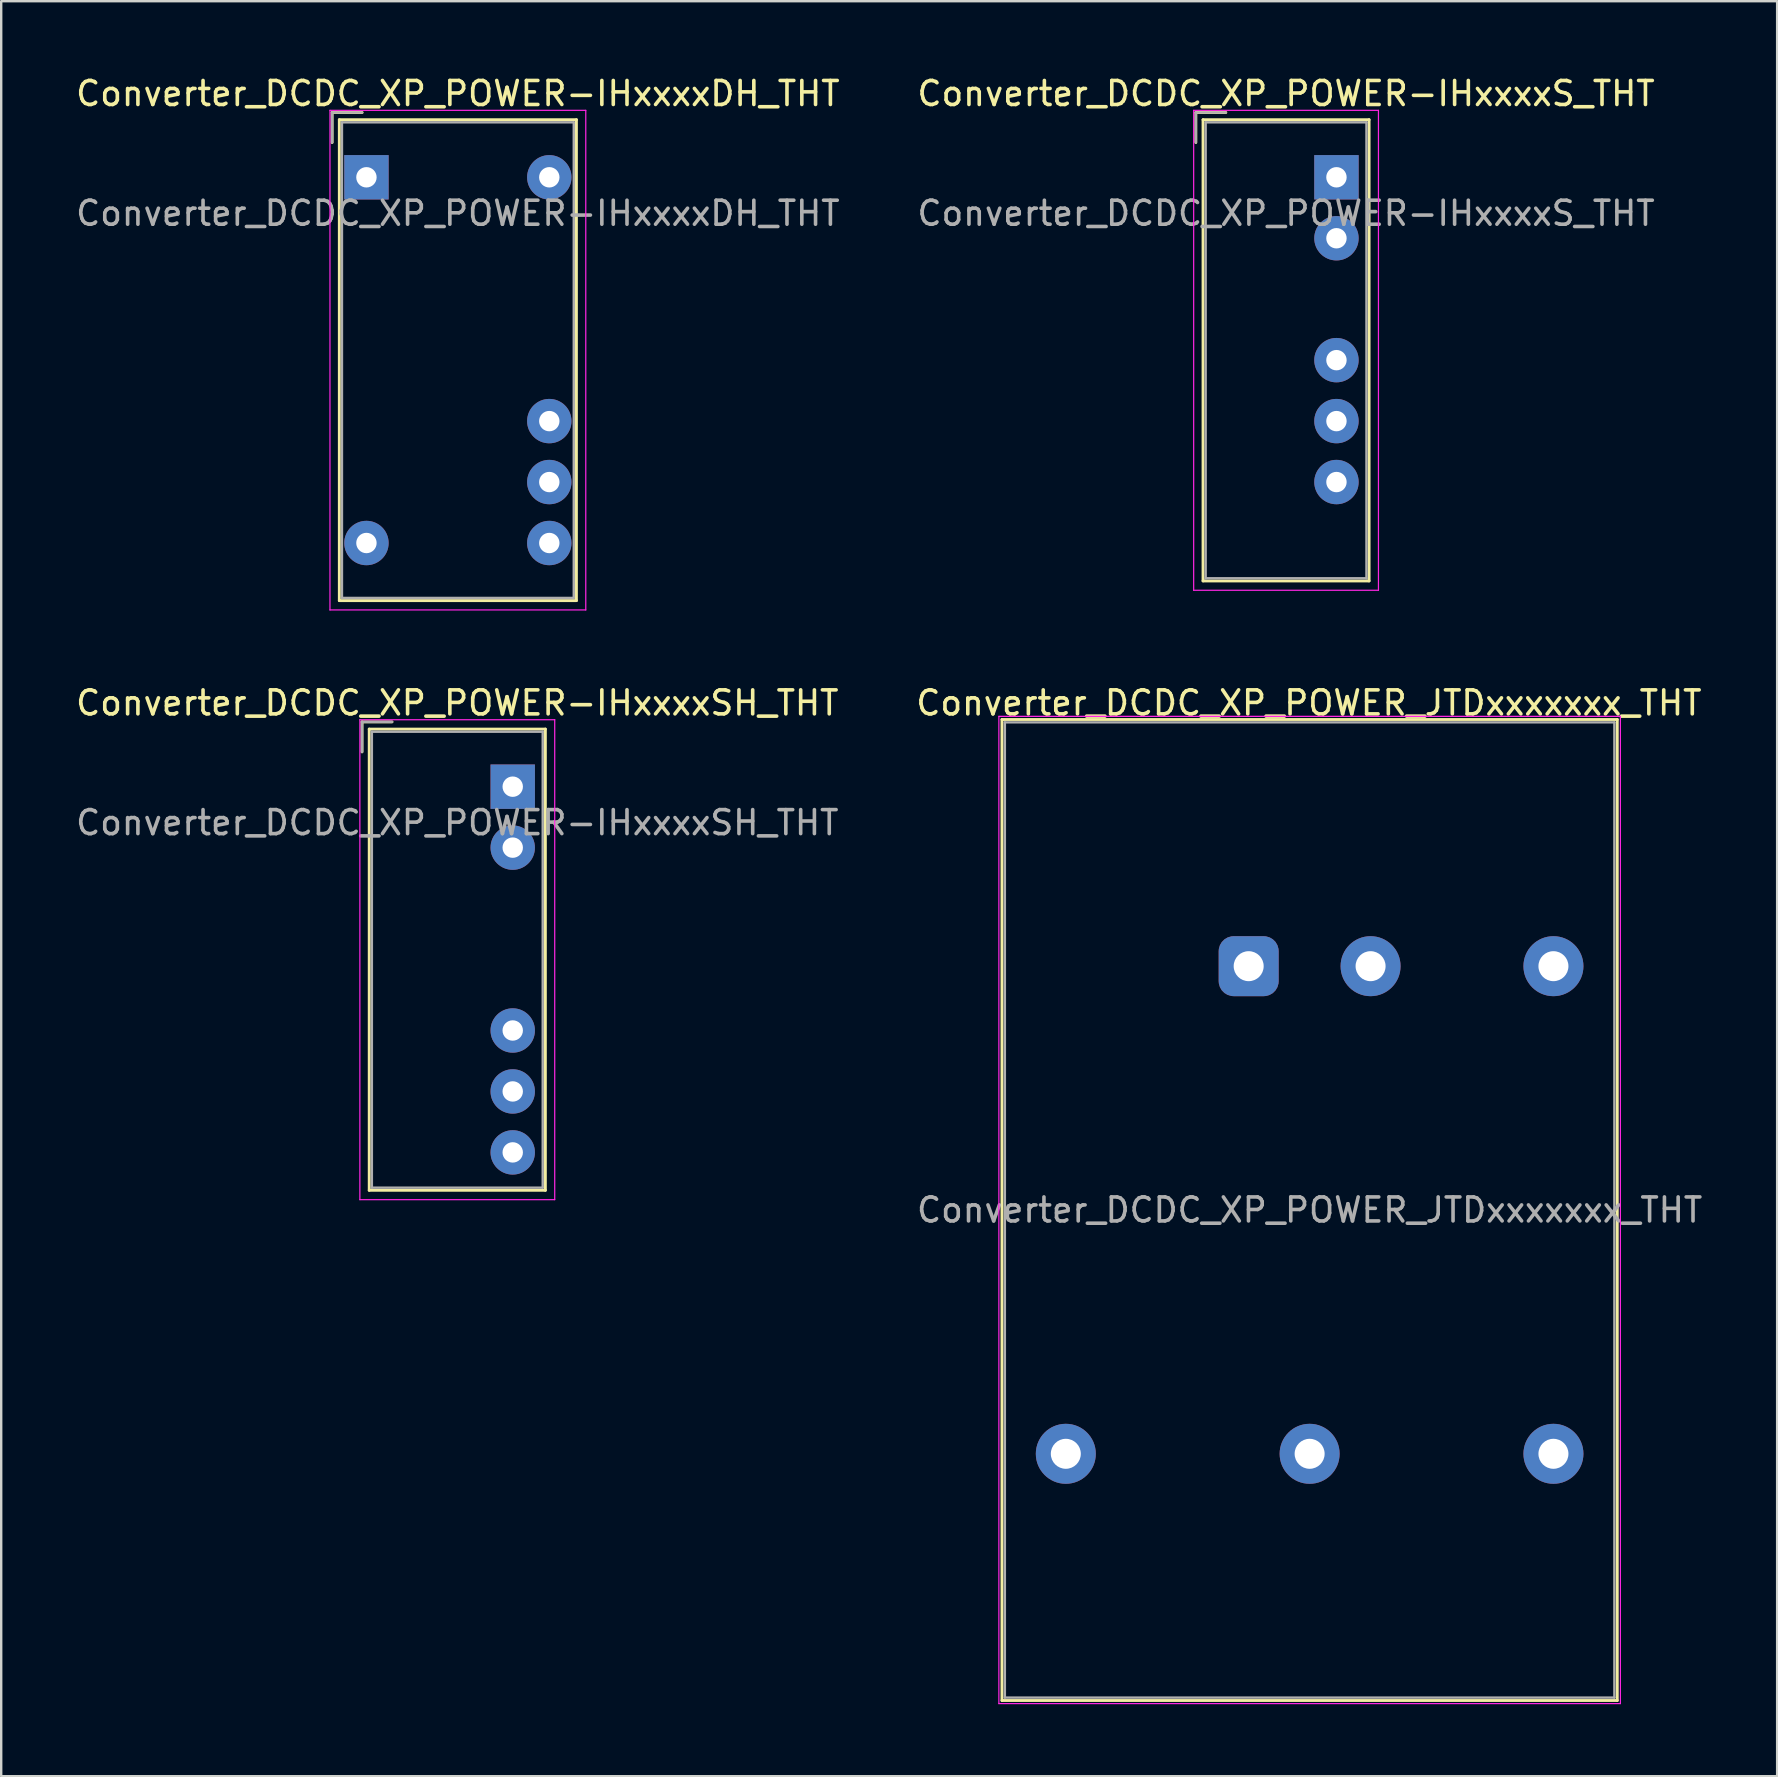
<source format=kicad_pcb>
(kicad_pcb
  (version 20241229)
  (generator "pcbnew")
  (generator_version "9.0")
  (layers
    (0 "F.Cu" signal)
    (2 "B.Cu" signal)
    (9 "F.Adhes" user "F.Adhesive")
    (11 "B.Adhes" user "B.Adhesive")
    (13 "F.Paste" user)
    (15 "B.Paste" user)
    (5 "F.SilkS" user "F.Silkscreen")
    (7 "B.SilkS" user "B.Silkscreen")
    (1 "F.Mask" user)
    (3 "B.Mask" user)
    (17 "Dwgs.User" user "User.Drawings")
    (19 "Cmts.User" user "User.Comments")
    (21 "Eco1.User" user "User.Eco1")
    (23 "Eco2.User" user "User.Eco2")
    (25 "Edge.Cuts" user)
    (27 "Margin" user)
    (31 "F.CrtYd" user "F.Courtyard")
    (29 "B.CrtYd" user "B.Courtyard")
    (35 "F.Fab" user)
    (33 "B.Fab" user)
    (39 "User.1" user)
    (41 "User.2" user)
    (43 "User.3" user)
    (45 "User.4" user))
  (footprint "Converter_DCDC_XP_POWER-IHxxxxDH_THT"
    (layer "F.Cu")
    (at 12.22 4.338)
    (property "Reference" "Converter_DCDC_XP_POWER-IHxxxxDH_THT" (at 3.81 -3.49 0) (layer "F.SilkS") (effects (font (size 1 1) (thickness 0.15))))
    (attr through_hole)
    (fp_line (start -1.43 -2.7) (end -1.43 -1.45) (stroke (width 0.12) (type solid)) (layer "F.SilkS"))
    (fp_line (start -1.13 -2.4) (end -1.13 17.64) (stroke (width 0.12) (type solid)) (layer "F.SilkS"))
    (fp_line (start -1.13 17.64) (end 8.75 17.64) (stroke (width 0.12) (type solid)) (layer "F.SilkS"))
    (fp_line (start -0.18 -2.7) (end -1.43 -2.7) (stroke (width 0.12) (type solid)) (layer "F.SilkS"))
    (fp_line (start 8.75 -2.4) (end -1.13 -2.4) (stroke (width 0.12) (type solid)) (layer "F.SilkS"))
    (fp_line (start 8.75 17.64) (end 8.75 -2.4) (stroke (width 0.12) (type solid)) (layer "F.SilkS"))
    (fp_line (start -1.52 -2.79) (end -1.52 18.03) (stroke (width 0.05) (type solid)) (layer "F.CrtYd"))
    (fp_line (start -1.52 18.03) (end 9.14 18.03) (stroke (width 0.05) (type solid)) (layer "F.CrtYd"))
    (fp_line (start 9.14 -2.79) (end -1.52 -2.79) (stroke (width 0.05) (type solid)) (layer "F.CrtYd"))
    (fp_line (start 9.14 18.03) (end 9.14 -2.79) (stroke (width 0.05) (type solid)) (layer "F.CrtYd"))
    (fp_line (start -1.43 -2.7) (end -1.43 -1.45) (stroke (width 0.1) (type solid)) (layer "F.Fab"))
    (fp_line (start -1.02 -2.29) (end -1.02 17.53) (stroke (width 0.1) (type solid)) (layer "F.Fab"))
    (fp_line (start -1.02 17.53) (end 8.64 17.53) (stroke (width 0.1) (type solid)) (layer "F.Fab"))
    (fp_line (start -0.18 -2.7) (end -1.43 -2.7) (stroke (width 0.1) (type solid)) (layer "F.Fab"))
    (fp_line (start 8.64 -2.29) (end -1.02 -2.29) (stroke (width 0.1) (type solid)) (layer "F.Fab"))
    (fp_line (start 8.64 17.53) (end 8.64 -2.29) (stroke (width 0.1) (type solid)) (layer "F.Fab"))
    (fp_text user "${REFERENCE}" (at 3.81 1.5 0) (layer "F.Fab") (effects (font (size 1 1) (thickness 0.15))))
    (pad "1" thru_hole rect (at 0 0) (size 1.85 1.85) (drill 0.85) (layers "*.Cu" "*.Mask"))
    (pad "2" thru_hole circle (at 0 15.24) (size 1.85 1.85) (drill 0.85) (layers "*.Cu" "*.Mask"))
    (pad "3" thru_hole circle (at 7.62 0) (size 1.85 1.85) (drill 0.85) (layers "*.Cu" "*.Mask"))
    (pad "4" thru_hole circle (at 7.62 10.16) (size 1.85 1.85) (drill 0.85) (layers "*.Cu" "*.Mask"))
    (pad "5" thru_hole circle (at 7.62 15.24) (size 1.85 1.85) (drill 0.85) (layers "*.Cu" "*.Mask"))
    (pad "6" thru_hole circle (at 7.62 12.7) (size 1.85 1.85) (drill 0.85) (layers "*.Cu" "*.Mask")))
  (footprint "Converter_DCDC_XP_POWER-IHxxxxS_THT"
    (layer "F.Cu")
    (at 52.642 4.338)
    (property "Reference" "Converter_DCDC_XP_POWER-IHxxxxS_THT" (at -2.1 -3.49 0) (layer "F.SilkS") (effects (font (size 1 1) (thickness 0.15))))
    (attr through_hole)
    (fp_line (start -5.86 -2.7) (end -5.86 -1.45) (stroke (width 0.12) (type solid)) (layer "F.SilkS"))
    (fp_line (start -5.56 -2.4) (end -5.56 16.82) (stroke (width 0.12) (type solid)) (layer "F.SilkS"))
    (fp_line (start -5.56 16.82) (end 1.36 16.82) (stroke (width 0.12) (type solid)) (layer "F.SilkS"))
    (fp_line (start -4.61 -2.7) (end -5.86 -2.7) (stroke (width 0.12) (type solid)) (layer "F.SilkS"))
    (fp_line (start 1.36 -2.4) (end -5.56 -2.4) (stroke (width 0.12) (type solid)) (layer "F.SilkS"))
    (fp_line (start 1.36 16.82) (end 1.36 -2.4) (stroke (width 0.12) (type solid)) (layer "F.SilkS"))
    (fp_line (start -5.95 -2.79) (end -5.95 17.21) (stroke (width 0.05) (type solid)) (layer "F.CrtYd"))
    (fp_line (start -5.95 17.21) (end 1.75 17.21) (stroke (width 0.05) (type solid)) (layer "F.CrtYd"))
    (fp_line (start 1.75 -2.79) (end -5.95 -2.79) (stroke (width 0.05) (type solid)) (layer "F.CrtYd"))
    (fp_line (start 1.75 17.21) (end 1.75 -2.79) (stroke (width 0.05) (type solid)) (layer "F.CrtYd"))
    (fp_line (start -5.86 -2.7) (end -5.86 -1.45) (stroke (width 0.1) (type solid)) (layer "F.Fab"))
    (fp_line (start -5.45 -2.29) (end -5.45 16.71) (stroke (width 0.1) (type solid)) (layer "F.Fab"))
    (fp_line (start -5.45 16.71) (end 1.25 16.71) (stroke (width 0.1) (type solid)) (layer "F.Fab"))
    (fp_line (start -4.61 -2.7) (end -5.86 -2.7) (stroke (width 0.1) (type solid)) (layer "F.Fab"))
    (fp_line (start 1.25 -2.29) (end -5.45 -2.29) (stroke (width 0.1) (type solid)) (layer "F.Fab"))
    (fp_line (start 1.25 16.71) (end 1.25 -2.29) (stroke (width 0.1) (type solid)) (layer "F.Fab"))
    (fp_text user "${REFERENCE}" (at -2.1 1.5 0) (layer "F.Fab") (effects (font (size 1 1) (thickness 0.15))))
    (pad "1" thru_hole rect (at 0 0) (size 1.85 1.85) (drill 0.85) (layers "*.Cu" "*.Mask"))
    (pad "2" thru_hole circle (at 0 2.54) (size 1.85 1.85) (drill 0.85) (layers "*.Cu" "*.Mask"))
    (pad "4" thru_hole circle (at 0 7.62) (size 1.85 1.85) (drill 0.85) (layers "*.Cu" "*.Mask"))
    (pad "5" thru_hole circle (at 0 10.16) (size 1.85 1.85) (drill 0.85) (layers "*.Cu" "*.Mask"))
    (pad "6" thru_hole circle (at 0 12.7) (size 1.85 1.85) (drill 0.85) (layers "*.Cu" "*.Mask")))
  (footprint "Converter_DCDC_XP_POWER_JTDxxxxxxx_THT"
    (layer "F.Cu")
    (at 48.984 37.212)
    (property "Reference" "Converter_DCDC_XP_POWER_JTDxxxxxxx_THT" (at 2.51 -10.97 180) (layer "F.SilkS") (effects (font (size 1 1) (thickness 0.15))))
    (attr through_hole)
    (fp_line (start -10.28 -10.28) (end -10.28 30.6) (stroke (width 0.12) (type solid)) (layer "F.SilkS"))
    (fp_line (start -10.28 30.6) (end 15.36 30.6) (stroke (width 0.12) (type solid)) (layer "F.SilkS"))
    (fp_line (start 15.36 -10.28) (end -10.28 -10.28) (stroke (width 0.12) (type solid)) (layer "F.SilkS"))
    (fp_line (start 15.36 30.6) (end 15.36 -10.28) (stroke (width 0.12) (type solid)) (layer "F.SilkS"))
    (fp_line (start -10.41 -10.41) (end 15.49 -10.41) (stroke (width 0.05) (type solid)) (layer "F.CrtYd"))
    (fp_line (start -10.41 30.73) (end -10.41 -10.41) (stroke (width 0.05) (type solid)) (layer "F.CrtYd"))
    (fp_line (start -10.41 30.73) (end 15.49 30.73) (stroke (width 0.05) (type solid)) (layer "F.CrtYd"))
    (fp_line (start 15.49 30.73) (end 15.49 -10.41) (stroke (width 0.05) (type solid)) (layer "F.CrtYd"))
    (fp_line (start -10.16 -10.16) (end 15.24 -10.16) (stroke (width 0.1) (type solid)) (layer "F.Fab"))
    (fp_line (start -10.16 30.48) (end -10.16 -10.16) (stroke (width 0.1) (type solid)) (layer "F.Fab"))
    (fp_line (start -10.16 30.48) (end 15.24 30.48) (stroke (width 0.1) (type solid)) (layer "F.Fab"))
    (fp_line (start 15.24 30.48) (end 15.24 -10.16) (stroke (width 0.1) (type solid)) (layer "F.Fab"))
    (fp_text user "${REFERENCE}" (at 2.54 10.16 0) (layer "F.Fab") (effects (font (size 1 1) (thickness 0.15))))
    (pad "1" thru_hole roundrect (at 0 0) (size 2.5 2.5) (drill 1.25) (layers "*.Cu" "*.Mask") (roundrect_rratio 0.25))
    (pad "2" thru_hole circle (at 5.08 0) (size 2.5 2.5) (drill 1.25) (layers "*.Cu" "*.Mask"))
    (pad "3" thru_hole circle (at -7.62 20.32) (size 2.5 2.5) (drill 1.25) (layers "*.Cu" "*.Mask"))
    (pad "4" thru_hole circle (at 2.54 20.32) (size 2.5 2.5) (drill 1.25) (layers "*.Cu" "*.Mask"))
    (pad "5" thru_hole circle (at 12.7 20.32) (size 2.5 2.5) (drill 1.25) (layers "*.Cu" "*.Mask"))
    (pad "6" thru_hole circle (at 12.7 0) (size 2.5 2.5) (drill 1.25) (layers "*.Cu" "*.Mask")))
  (footprint "Converter_DCDC_XP_POWER-IHxxxxSH_THT"
    (layer "F.Cu")
    (at 18.316 29.732)
    (property "Reference" "Converter_DCDC_XP_POWER-IHxxxxSH_THT" (at -2.31 -3.49 0) (layer "F.SilkS") (effects (font (size 1 1) (thickness 0.15))))
    (attr through_hole)
    (fp_line (start -6.28 -2.7) (end -6.28 -1.45) (stroke (width 0.12) (type solid)) (layer "F.SilkS"))
    (fp_line (start -5.98 -2.4) (end -5.98 16.82) (stroke (width 0.12) (type solid)) (layer "F.SilkS"))
    (fp_line (start -5.98 16.82) (end 1.36 16.82) (stroke (width 0.12) (type solid)) (layer "F.SilkS"))
    (fp_line (start -5.03 -2.7) (end -6.28 -2.7) (stroke (width 0.12) (type solid)) (layer "F.SilkS"))
    (fp_line (start 1.36 -2.4) (end -5.98 -2.4) (stroke (width 0.12) (type solid)) (layer "F.SilkS"))
    (fp_line (start 1.36 16.82) (end 1.36 -2.4) (stroke (width 0.12) (type solid)) (layer "F.SilkS"))
    (fp_line (start -6.37 -2.79) (end -6.37 17.21) (stroke (width 0.05) (type solid)) (layer "F.CrtYd"))
    (fp_line (start -6.37 17.21) (end 1.75 17.21) (stroke (width 0.05) (type solid)) (layer "F.CrtYd"))
    (fp_line (start 1.75 -2.79) (end -6.37 -2.79) (stroke (width 0.05) (type solid)) (layer "F.CrtYd"))
    (fp_line (start 1.75 17.21) (end 1.75 -2.79) (stroke (width 0.05) (type solid)) (layer "F.CrtYd"))
    (fp_line (start -6.28 -2.7) (end -6.28 -1.45) (stroke (width 0.1) (type solid)) (layer "F.Fab"))
    (fp_line (start -5.87 -2.29) (end -5.87 16.71) (stroke (width 0.1) (type solid)) (layer "F.Fab"))
    (fp_line (start -5.87 16.71) (end 1.25 16.71) (stroke (width 0.1) (type solid)) (layer "F.Fab"))
    (fp_line (start -5.03 -2.7) (end -6.28 -2.7) (stroke (width 0.1) (type solid)) (layer "F.Fab"))
    (fp_line (start 1.25 -2.29) (end -5.87 -2.29) (stroke (width 0.1) (type solid)) (layer "F.Fab"))
    (fp_line (start 1.25 16.71) (end 1.25 -2.29) (stroke (width 0.1) (type solid)) (layer "F.Fab"))
    (fp_text user "${REFERENCE}" (at -2.31 1.5 0) (layer "F.Fab") (effects (font (size 1 1) (thickness 0.15))))
    (pad "1" thru_hole rect (at 0 0) (size 1.85 1.85) (drill 0.85) (layers "*.Cu" "*.Mask"))
    (pad "2" thru_hole circle (at 0 2.54) (size 1.85 1.85) (drill 0.85) (layers "*.Cu" "*.Mask"))
    (pad "4" thru_hole circle (at 0 10.16) (size 1.85 1.85) (drill 0.85) (layers "*.Cu" "*.Mask"))
    (pad "5" thru_hole circle (at 0 12.7) (size 1.85 1.85) (drill 0.85) (layers "*.Cu" "*.Mask"))
    (pad "6" thru_hole circle (at 0 15.24) (size 1.85 1.85) (drill 0.85) (layers "*.Cu" "*.Mask")))
  (gr_rect
    (start -3 -3)
    (end 71.006 70.966)
    (stroke (width 0.1) (type default))
    (fill no)
    (layer "Edge.Cuts")))
</source>
